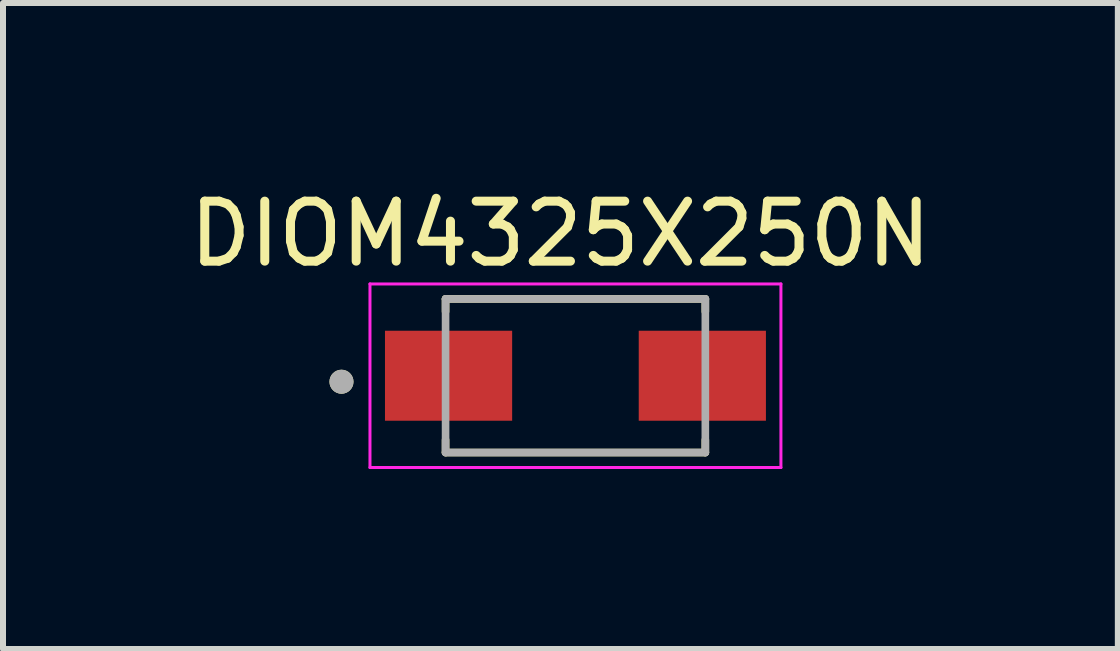
<source format=kicad_pcb>
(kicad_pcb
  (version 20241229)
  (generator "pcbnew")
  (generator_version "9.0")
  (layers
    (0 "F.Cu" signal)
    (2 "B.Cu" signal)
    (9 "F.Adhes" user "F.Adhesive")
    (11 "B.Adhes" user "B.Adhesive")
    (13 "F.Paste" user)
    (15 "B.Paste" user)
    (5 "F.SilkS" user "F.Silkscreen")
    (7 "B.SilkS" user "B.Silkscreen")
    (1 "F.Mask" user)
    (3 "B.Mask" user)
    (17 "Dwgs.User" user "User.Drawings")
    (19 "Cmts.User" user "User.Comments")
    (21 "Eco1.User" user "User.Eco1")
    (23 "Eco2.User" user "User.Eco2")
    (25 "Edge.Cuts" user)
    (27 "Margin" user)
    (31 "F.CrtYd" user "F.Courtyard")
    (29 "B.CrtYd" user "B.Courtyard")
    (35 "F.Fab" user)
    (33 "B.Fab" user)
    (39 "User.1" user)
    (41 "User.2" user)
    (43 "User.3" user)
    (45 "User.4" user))
  (footprint "DIOM4325X250N"
    (layer "F.Cu")
    (at 6.542 3.213)
    (property "Reference" "DIOM4325X250N" (at -0.25 -2.365 0) (layer "F.SilkS") (effects (font (size 1 1) (thickness 0.15))))
    (attr through_hole)
    (fp_line (start -2.165 -1.28) (end -2.165 -1.07) (stroke (width 0.127) (type solid)) (layer "F.SilkS"))
    (fp_line (start -2.165 1.28) (end -2.165 1.07) (stroke (width 0.127) (type solid)) (layer "F.SilkS"))
    (fp_line (start -2.165 1.28) (end 2.165 1.28) (stroke (width 0.127) (type solid)) (layer "F.SilkS"))
    (fp_line (start 2.165 -1.28) (end -2.165 -1.28) (stroke (width 0.127) (type solid)) (layer "F.SilkS"))
    (fp_line (start 2.165 -1.07) (end 2.165 -1.28) (stroke (width 0.127) (type solid)) (layer "F.SilkS"))
    (fp_line (start 2.165 1.28) (end 2.165 1.07) (stroke (width 0.127) (type solid)) (layer "F.SilkS"))
    (fp_circle (center -3.9 0.1) (end -3.8 0.1) (stroke (width 0.2) (type solid)) (fill no) (layer "F.SilkS"))
    (fp_line (start -3.425 -1.53) (end -3.425 1.53) (stroke (width 0.05) (type solid)) (layer "F.CrtYd"))
    (fp_line (start -3.425 1.53) (end 3.425 1.53) (stroke (width 0.05) (type solid)) (layer "F.CrtYd"))
    (fp_line (start 3.425 -1.53) (end -3.425 -1.53) (stroke (width 0.05) (type solid)) (layer "F.CrtYd"))
    (fp_line (start 3.425 1.53) (end 3.425 -1.53) (stroke (width 0.05) (type solid)) (layer "F.CrtYd"))
    (fp_line (start -2.165 -1.28) (end -2.165 1.28) (stroke (width 0.127) (type solid)) (layer "F.Fab"))
    (fp_line (start -2.165 1.28) (end 2.165 1.28) (stroke (width 0.127) (type solid)) (layer "F.Fab"))
    (fp_line (start 2.165 -1.28) (end -2.165 -1.28) (stroke (width 0.127) (type solid)) (layer "F.Fab"))
    (fp_line (start 2.165 1.28) (end 2.165 -1.28) (stroke (width 0.127) (type solid)) (layer "F.Fab"))
    (fp_circle (center -3.9 0.1) (end -3.8 0.1) (stroke (width 0.2) (type solid)) (fill no) (layer "F.Fab"))
    (pad "A" smd rect (at 2.115 0) (size 2.12 1.5) (layers "F.Cu" "F.Mask" "F.Paste"))
    (pad "C" smd rect (at -2.115 0) (size 2.12 1.5) (layers "F.Cu" "F.Mask" "F.Paste")))
  (gr_rect
    (start -3 -3)
    (end 15.583 7.768)
    (stroke (width 0.1) (type default))
    (fill no)
    (layer "Edge.Cuts")))
</source>
